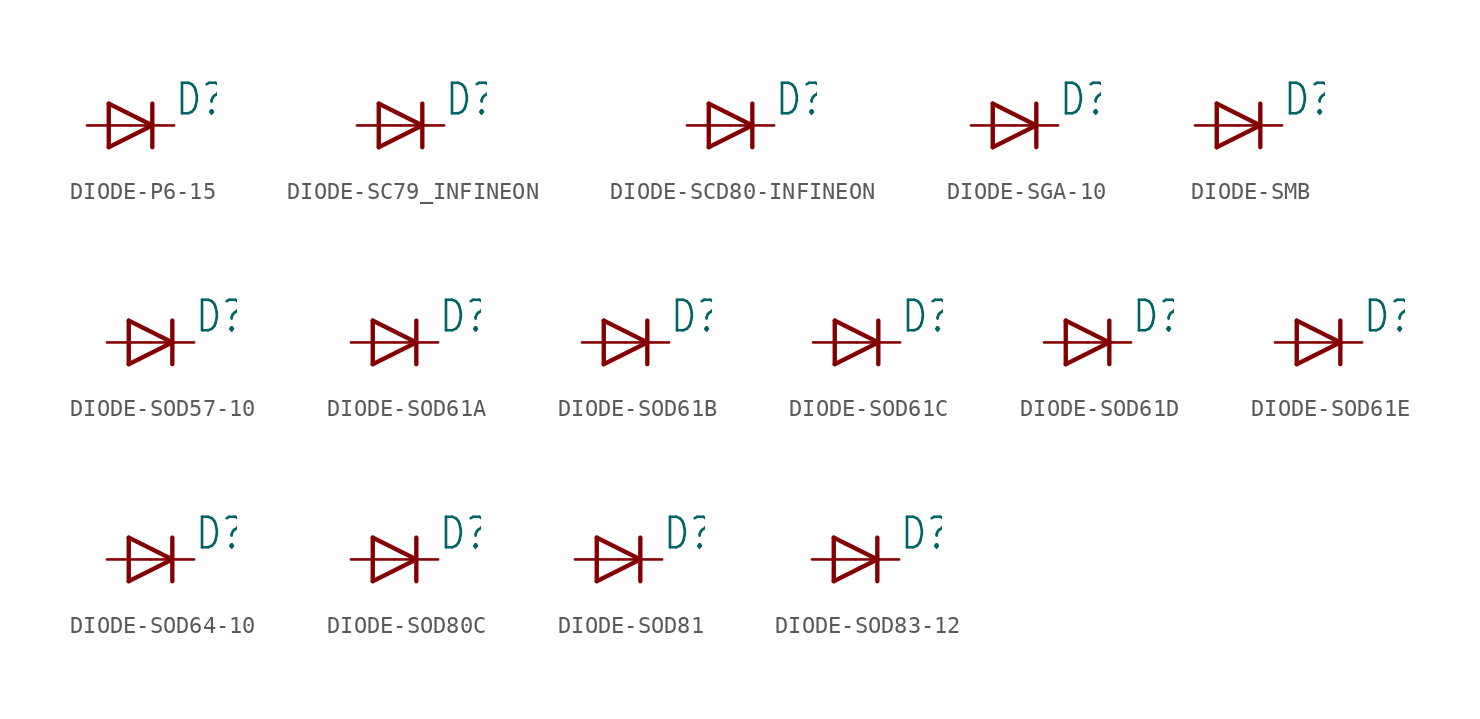
<source format=kicad_sym>
(kicad_symbol_lib
  (version 20220914)
  (generator kicad_symbol_editor)
  (symbol "DIODE-P6-15"
    (property "Reference" "D"
      (at 2.54 0.483 0)
      (effects (font (size 1.778 1.511)) (justify left bottom)))
    (property "Value" ""
      (at 2.54 -2.311 0)
      (effects (font (size 1.778 1.511)) (justify left bottom)))
    (property "ki_locked" ""
      (at 0 0 0)
      (effects (font (size 1.27 1.27))))
    (symbol "DIODE-P6-15_1_0"
      (polyline (pts (xy -1.27 -1.27) (xy 1.27 0)) (stroke (width 0.254) (type solid)) (fill (type none)))
      (polyline (pts (xy -1.27 1.27) (xy -1.27 -1.27)) (stroke (width 0.254) (type solid)) (fill (type none)))
      (polyline (pts (xy 1.27 0) (xy -1.27 1.27)) (stroke (width 0.254) (type solid)) (fill (type none)))
      (polyline (pts (xy 1.27 0) (xy 1.27 -1.27)) (stroke (width 0.254) (type solid)) (fill (type none)))
      (polyline (pts (xy 1.27 1.27) (xy 1.27 0)) (stroke (width 0.254) (type solid)) (fill (type none)))
      (pin passive line (at -2.54 0 0) (length 2.54) (name "A" (effects (font (size 0 0)))) (number "A" (effects (font (size 0 0)))))
      (pin passive line (at 2.54 0 180) (length 2.54) (name "C" (effects (font (size 0 0)))) (number "C" (effects (font (size 0 0)))))))
  (symbol "DIODE-SC79_INFINEON"
    (property "Reference" "D"
      (at 2.54 0.483 0)
      (effects (font (size 1.778 1.511)) (justify left bottom)))
    (property "Value" ""
      (at 2.54 -2.311 0)
      (effects (font (size 1.778 1.511)) (justify left bottom)))
    (property "ki_locked" ""
      (at 0 0 0)
      (effects (font (size 1.27 1.27))))
    (symbol "DIODE-SC79_INFINEON_1_0"
      (polyline (pts (xy -1.27 -1.27) (xy 1.27 0)) (stroke (width 0.254) (type solid)) (fill (type none)))
      (polyline (pts (xy -1.27 1.27) (xy -1.27 -1.27)) (stroke (width 0.254) (type solid)) (fill (type none)))
      (polyline (pts (xy 1.27 0) (xy -1.27 1.27)) (stroke (width 0.254) (type solid)) (fill (type none)))
      (polyline (pts (xy 1.27 0) (xy 1.27 -1.27)) (stroke (width 0.254) (type solid)) (fill (type none)))
      (polyline (pts (xy 1.27 1.27) (xy 1.27 0)) (stroke (width 0.254) (type solid)) (fill (type none)))
      (pin passive line (at -2.54 0 0) (length 2.54) (name "A" (effects (font (size 0 0)))) (number "A" (effects (font (size 0 0)))))
      (pin passive line (at 2.54 0 180) (length 2.54) (name "C" (effects (font (size 0 0)))) (number "C" (effects (font (size 0 0)))))))
  (symbol "DIODE-SCD80-INFINEON"
    (property "Reference" "D"
      (at 2.54 0.483 0)
      (effects (font (size 1.778 1.511)) (justify left bottom)))
    (property "Value" ""
      (at 2.54 -2.311 0)
      (effects (font (size 1.778 1.511)) (justify left bottom)))
    (property "ki_locked" ""
      (at 0 0 0)
      (effects (font (size 1.27 1.27))))
    (symbol "DIODE-SCD80-INFINEON_1_0"
      (polyline (pts (xy -1.27 -1.27) (xy 1.27 0)) (stroke (width 0.254) (type solid)) (fill (type none)))
      (polyline (pts (xy -1.27 1.27) (xy -1.27 -1.27)) (stroke (width 0.254) (type solid)) (fill (type none)))
      (polyline (pts (xy 1.27 0) (xy -1.27 1.27)) (stroke (width 0.254) (type solid)) (fill (type none)))
      (polyline (pts (xy 1.27 0) (xy 1.27 -1.27)) (stroke (width 0.254) (type solid)) (fill (type none)))
      (polyline (pts (xy 1.27 1.27) (xy 1.27 0)) (stroke (width 0.254) (type solid)) (fill (type none)))
      (pin passive line (at -2.54 0 0) (length 2.54) (name "A" (effects (font (size 0 0)))) (number "A" (effects (font (size 0 0)))))
      (pin passive line (at 2.54 0 180) (length 2.54) (name "C" (effects (font (size 0 0)))) (number "C" (effects (font (size 0 0)))))))
  (symbol "DIODE-SGA-10"
    (property "Reference" "D"
      (at 2.54 0.483 0)
      (effects (font (size 1.778 1.511)) (justify left bottom)))
    (property "Value" ""
      (at 2.54 -2.311 0)
      (effects (font (size 1.778 1.511)) (justify left bottom)))
    (property "ki_locked" ""
      (at 0 0 0)
      (effects (font (size 1.27 1.27))))
    (symbol "DIODE-SGA-10_1_0"
      (polyline (pts (xy -1.27 -1.27) (xy 1.27 0)) (stroke (width 0.254) (type solid)) (fill (type none)))
      (polyline (pts (xy -1.27 1.27) (xy -1.27 -1.27)) (stroke (width 0.254) (type solid)) (fill (type none)))
      (polyline (pts (xy 1.27 0) (xy -1.27 1.27)) (stroke (width 0.254) (type solid)) (fill (type none)))
      (polyline (pts (xy 1.27 0) (xy 1.27 -1.27)) (stroke (width 0.254) (type solid)) (fill (type none)))
      (polyline (pts (xy 1.27 1.27) (xy 1.27 0)) (stroke (width 0.254) (type solid)) (fill (type none)))
      (pin passive line (at -2.54 0 0) (length 2.54) (name "A" (effects (font (size 0 0)))) (number "A" (effects (font (size 0 0)))))
      (pin passive line (at 2.54 0 180) (length 2.54) (name "C" (effects (font (size 0 0)))) (number "C" (effects (font (size 0 0)))))))
  (symbol "DIODE-SMB"
    (property "Reference" "D"
      (at 2.54 0.483 0)
      (effects (font (size 1.778 1.511)) (justify left bottom)))
    (property "Value" ""
      (at 2.54 -2.311 0)
      (effects (font (size 1.778 1.511)) (justify left bottom)))
    (property "ki_locked" ""
      (at 0 0 0)
      (effects (font (size 1.27 1.27))))
    (symbol "DIODE-SMB_1_0"
      (polyline (pts (xy -1.27 -1.27) (xy 1.27 0)) (stroke (width 0.254) (type solid)) (fill (type none)))
      (polyline (pts (xy -1.27 1.27) (xy -1.27 -1.27)) (stroke (width 0.254) (type solid)) (fill (type none)))
      (polyline (pts (xy 1.27 0) (xy -1.27 1.27)) (stroke (width 0.254) (type solid)) (fill (type none)))
      (polyline (pts (xy 1.27 0) (xy 1.27 -1.27)) (stroke (width 0.254) (type solid)) (fill (type none)))
      (polyline (pts (xy 1.27 1.27) (xy 1.27 0)) (stroke (width 0.254) (type solid)) (fill (type none)))
      (pin passive line (at -2.54 0 0) (length 2.54) (name "A" (effects (font (size 0 0)))) (number "A" (effects (font (size 0 0)))))
      (pin passive line (at 2.54 0 180) (length 2.54) (name "C" (effects (font (size 0 0)))) (number "C" (effects (font (size 0 0)))))))
  (symbol "DIODE-SOD57-10"
    (property "Reference" "D"
      (at 2.54 0.483 0)
      (effects (font (size 1.778 1.511)) (justify left bottom)))
    (property "Value" ""
      (at 2.54 -2.311 0)
      (effects (font (size 1.778 1.511)) (justify left bottom)))
    (property "ki_locked" ""
      (at 0 0 0)
      (effects (font (size 1.27 1.27))))
    (symbol "DIODE-SOD57-10_1_0"
      (polyline (pts (xy -1.27 -1.27) (xy 1.27 0)) (stroke (width 0.254) (type solid)) (fill (type none)))
      (polyline (pts (xy -1.27 1.27) (xy -1.27 -1.27)) (stroke (width 0.254) (type solid)) (fill (type none)))
      (polyline (pts (xy 1.27 0) (xy -1.27 1.27)) (stroke (width 0.254) (type solid)) (fill (type none)))
      (polyline (pts (xy 1.27 0) (xy 1.27 -1.27)) (stroke (width 0.254) (type solid)) (fill (type none)))
      (polyline (pts (xy 1.27 1.27) (xy 1.27 0)) (stroke (width 0.254) (type solid)) (fill (type none)))
      (pin passive line (at -2.54 0 0) (length 2.54) (name "A" (effects (font (size 0 0)))) (number "A" (effects (font (size 0 0)))))
      (pin passive line (at 2.54 0 180) (length 2.54) (name "C" (effects (font (size 0 0)))) (number "C" (effects (font (size 0 0)))))))
  (symbol "DIODE-SOD61A"
    (property "Reference" "D"
      (at 2.54 0.483 0)
      (effects (font (size 1.778 1.511)) (justify left bottom)))
    (property "Value" ""
      (at 2.54 -2.311 0)
      (effects (font (size 1.778 1.511)) (justify left bottom)))
    (property "ki_locked" ""
      (at 0 0 0)
      (effects (font (size 1.27 1.27))))
    (symbol "DIODE-SOD61A_1_0"
      (polyline (pts (xy -1.27 -1.27) (xy 1.27 0)) (stroke (width 0.254) (type solid)) (fill (type none)))
      (polyline (pts (xy -1.27 1.27) (xy -1.27 -1.27)) (stroke (width 0.254) (type solid)) (fill (type none)))
      (polyline (pts (xy 1.27 0) (xy -1.27 1.27)) (stroke (width 0.254) (type solid)) (fill (type none)))
      (polyline (pts (xy 1.27 0) (xy 1.27 -1.27)) (stroke (width 0.254) (type solid)) (fill (type none)))
      (polyline (pts (xy 1.27 1.27) (xy 1.27 0)) (stroke (width 0.254) (type solid)) (fill (type none)))
      (pin passive line (at -2.54 0 0) (length 2.54) (name "A" (effects (font (size 0 0)))) (number "A" (effects (font (size 0 0)))))
      (pin passive line (at 2.54 0 180) (length 2.54) (name "C" (effects (font (size 0 0)))) (number "C" (effects (font (size 0 0)))))))
  (symbol "DIODE-SOD61B"
    (property "Reference" "D"
      (at 2.54 0.483 0)
      (effects (font (size 1.778 1.511)) (justify left bottom)))
    (property "Value" ""
      (at 2.54 -2.311 0)
      (effects (font (size 1.778 1.511)) (justify left bottom)))
    (property "ki_locked" ""
      (at 0 0 0)
      (effects (font (size 1.27 1.27))))
    (symbol "DIODE-SOD61B_1_0"
      (polyline (pts (xy -1.27 -1.27) (xy 1.27 0)) (stroke (width 0.254) (type solid)) (fill (type none)))
      (polyline (pts (xy -1.27 1.27) (xy -1.27 -1.27)) (stroke (width 0.254) (type solid)) (fill (type none)))
      (polyline (pts (xy 1.27 0) (xy -1.27 1.27)) (stroke (width 0.254) (type solid)) (fill (type none)))
      (polyline (pts (xy 1.27 0) (xy 1.27 -1.27)) (stroke (width 0.254) (type solid)) (fill (type none)))
      (polyline (pts (xy 1.27 1.27) (xy 1.27 0)) (stroke (width 0.254) (type solid)) (fill (type none)))
      (pin passive line (at -2.54 0 0) (length 2.54) (name "A" (effects (font (size 0 0)))) (number "A" (effects (font (size 0 0)))))
      (pin passive line (at 2.54 0 180) (length 2.54) (name "C" (effects (font (size 0 0)))) (number "C" (effects (font (size 0 0)))))))
  (symbol "DIODE-SOD61C"
    (property "Reference" "D"
      (at 2.54 0.483 0)
      (effects (font (size 1.778 1.511)) (justify left bottom)))
    (property "Value" ""
      (at 2.54 -2.311 0)
      (effects (font (size 1.778 1.511)) (justify left bottom)))
    (property "ki_locked" ""
      (at 0 0 0)
      (effects (font (size 1.27 1.27))))
    (symbol "DIODE-SOD61C_1_0"
      (polyline (pts (xy -1.27 -1.27) (xy 1.27 0)) (stroke (width 0.254) (type solid)) (fill (type none)))
      (polyline (pts (xy -1.27 1.27) (xy -1.27 -1.27)) (stroke (width 0.254) (type solid)) (fill (type none)))
      (polyline (pts (xy 1.27 0) (xy -1.27 1.27)) (stroke (width 0.254) (type solid)) (fill (type none)))
      (polyline (pts (xy 1.27 0) (xy 1.27 -1.27)) (stroke (width 0.254) (type solid)) (fill (type none)))
      (polyline (pts (xy 1.27 1.27) (xy 1.27 0)) (stroke (width 0.254) (type solid)) (fill (type none)))
      (pin passive line (at -2.54 0 0) (length 2.54) (name "A" (effects (font (size 0 0)))) (number "A" (effects (font (size 0 0)))))
      (pin passive line (at 2.54 0 180) (length 2.54) (name "C" (effects (font (size 0 0)))) (number "C" (effects (font (size 0 0)))))))
  (symbol "DIODE-SOD61D"
    (property "Reference" "D"
      (at 2.54 0.483 0)
      (effects (font (size 1.778 1.511)) (justify left bottom)))
    (property "Value" ""
      (at 2.54 -2.311 0)
      (effects (font (size 1.778 1.511)) (justify left bottom)))
    (property "ki_locked" ""
      (at 0 0 0)
      (effects (font (size 1.27 1.27))))
    (symbol "DIODE-SOD61D_1_0"
      (polyline (pts (xy -1.27 -1.27) (xy 1.27 0)) (stroke (width 0.254) (type solid)) (fill (type none)))
      (polyline (pts (xy -1.27 1.27) (xy -1.27 -1.27)) (stroke (width 0.254) (type solid)) (fill (type none)))
      (polyline (pts (xy 1.27 0) (xy -1.27 1.27)) (stroke (width 0.254) (type solid)) (fill (type none)))
      (polyline (pts (xy 1.27 0) (xy 1.27 -1.27)) (stroke (width 0.254) (type solid)) (fill (type none)))
      (polyline (pts (xy 1.27 1.27) (xy 1.27 0)) (stroke (width 0.254) (type solid)) (fill (type none)))
      (pin passive line (at -2.54 0 0) (length 2.54) (name "A" (effects (font (size 0 0)))) (number "A" (effects (font (size 0 0)))))
      (pin passive line (at 2.54 0 180) (length 2.54) (name "C" (effects (font (size 0 0)))) (number "C" (effects (font (size 0 0)))))))
  (symbol "DIODE-SOD61E"
    (property "Reference" "D"
      (at 2.54 0.483 0)
      (effects (font (size 1.778 1.511)) (justify left bottom)))
    (property "Value" ""
      (at 2.54 -2.311 0)
      (effects (font (size 1.778 1.511)) (justify left bottom)))
    (property "ki_locked" ""
      (at 0 0 0)
      (effects (font (size 1.27 1.27))))
    (symbol "DIODE-SOD61E_1_0"
      (polyline (pts (xy -1.27 -1.27) (xy 1.27 0)) (stroke (width 0.254) (type solid)) (fill (type none)))
      (polyline (pts (xy -1.27 1.27) (xy -1.27 -1.27)) (stroke (width 0.254) (type solid)) (fill (type none)))
      (polyline (pts (xy 1.27 0) (xy -1.27 1.27)) (stroke (width 0.254) (type solid)) (fill (type none)))
      (polyline (pts (xy 1.27 0) (xy 1.27 -1.27)) (stroke (width 0.254) (type solid)) (fill (type none)))
      (polyline (pts (xy 1.27 1.27) (xy 1.27 0)) (stroke (width 0.254) (type solid)) (fill (type none)))
      (pin passive line (at -2.54 0 0) (length 2.54) (name "A" (effects (font (size 0 0)))) (number "A" (effects (font (size 0 0)))))
      (pin passive line (at 2.54 0 180) (length 2.54) (name "C" (effects (font (size 0 0)))) (number "C" (effects (font (size 0 0)))))))
  (symbol "DIODE-SOD64-10"
    (property "Reference" "D"
      (at 2.54 0.483 0)
      (effects (font (size 1.778 1.511)) (justify left bottom)))
    (property "Value" ""
      (at 2.54 -2.311 0)
      (effects (font (size 1.778 1.511)) (justify left bottom)))
    (property "ki_locked" ""
      (at 0 0 0)
      (effects (font (size 1.27 1.27))))
    (symbol "DIODE-SOD64-10_1_0"
      (polyline (pts (xy -1.27 -1.27) (xy 1.27 0)) (stroke (width 0.254) (type solid)) (fill (type none)))
      (polyline (pts (xy -1.27 1.27) (xy -1.27 -1.27)) (stroke (width 0.254) (type solid)) (fill (type none)))
      (polyline (pts (xy 1.27 0) (xy -1.27 1.27)) (stroke (width 0.254) (type solid)) (fill (type none)))
      (polyline (pts (xy 1.27 0) (xy 1.27 -1.27)) (stroke (width 0.254) (type solid)) (fill (type none)))
      (polyline (pts (xy 1.27 1.27) (xy 1.27 0)) (stroke (width 0.254) (type solid)) (fill (type none)))
      (pin passive line (at -2.54 0 0) (length 2.54) (name "A" (effects (font (size 0 0)))) (number "A" (effects (font (size 0 0)))))
      (pin passive line (at 2.54 0 180) (length 2.54) (name "C" (effects (font (size 0 0)))) (number "C" (effects (font (size 0 0)))))))
  (symbol "DIODE-SOD80C"
    (property "Reference" "D"
      (at 2.54 0.483 0)
      (effects (font (size 1.778 1.511)) (justify left bottom)))
    (property "Value" ""
      (at 2.54 -2.311 0)
      (effects (font (size 1.778 1.511)) (justify left bottom)))
    (property "ki_locked" ""
      (at 0 0 0)
      (effects (font (size 1.27 1.27))))
    (symbol "DIODE-SOD80C_1_0"
      (polyline (pts (xy -1.27 -1.27) (xy 1.27 0)) (stroke (width 0.254) (type solid)) (fill (type none)))
      (polyline (pts (xy -1.27 1.27) (xy -1.27 -1.27)) (stroke (width 0.254) (type solid)) (fill (type none)))
      (polyline (pts (xy 1.27 0) (xy -1.27 1.27)) (stroke (width 0.254) (type solid)) (fill (type none)))
      (polyline (pts (xy 1.27 0) (xy 1.27 -1.27)) (stroke (width 0.254) (type solid)) (fill (type none)))
      (polyline (pts (xy 1.27 1.27) (xy 1.27 0)) (stroke (width 0.254) (type solid)) (fill (type none)))
      (pin passive line (at -2.54 0 0) (length 2.54) (name "A" (effects (font (size 0 0)))) (number "A" (effects (font (size 0 0)))))
      (pin passive line (at 2.54 0 180) (length 2.54) (name "C" (effects (font (size 0 0)))) (number "C" (effects (font (size 0 0)))))))
  (symbol "DIODE-SOD81"
    (property "Reference" "D"
      (at 2.54 0.483 0)
      (effects (font (size 1.778 1.511)) (justify left bottom)))
    (property "Value" ""
      (at 2.54 -2.311 0)
      (effects (font (size 1.778 1.511)) (justify left bottom)))
    (property "ki_locked" ""
      (at 0 0 0)
      (effects (font (size 1.27 1.27))))
    (symbol "DIODE-SOD81_1_0"
      (polyline (pts (xy -1.27 -1.27) (xy 1.27 0)) (stroke (width 0.254) (type solid)) (fill (type none)))
      (polyline (pts (xy -1.27 1.27) (xy -1.27 -1.27)) (stroke (width 0.254) (type solid)) (fill (type none)))
      (polyline (pts (xy 1.27 0) (xy -1.27 1.27)) (stroke (width 0.254) (type solid)) (fill (type none)))
      (polyline (pts (xy 1.27 0) (xy 1.27 -1.27)) (stroke (width 0.254) (type solid)) (fill (type none)))
      (polyline (pts (xy 1.27 1.27) (xy 1.27 0)) (stroke (width 0.254) (type solid)) (fill (type none)))
      (pin passive line (at -2.54 0 0) (length 2.54) (name "A" (effects (font (size 0 0)))) (number "A" (effects (font (size 0 0)))))
      (pin passive line (at 2.54 0 180) (length 2.54) (name "C" (effects (font (size 0 0)))) (number "C" (effects (font (size 0 0)))))))
  (symbol "DIODE-SOD83-12"
    (property "Reference" "D"
      (at 2.54 0.483 0)
      (effects (font (size 1.778 1.511)) (justify left bottom)))
    (property "Value" ""
      (at 2.54 -2.311 0)
      (effects (font (size 1.778 1.511)) (justify left bottom)))
    (property "ki_locked" ""
      (at 0 0 0)
      (effects (font (size 1.27 1.27))))
    (symbol "DIODE-SOD83-12_1_0"
      (polyline (pts (xy -1.27 -1.27) (xy 1.27 0)) (stroke (width 0.254) (type solid)) (fill (type none)))
      (polyline (pts (xy -1.27 1.27) (xy -1.27 -1.27)) (stroke (width 0.254) (type solid)) (fill (type none)))
      (polyline (pts (xy 1.27 0) (xy -1.27 1.27)) (stroke (width 0.254) (type solid)) (fill (type none)))
      (polyline (pts (xy 1.27 0) (xy 1.27 -1.27)) (stroke (width 0.254) (type solid)) (fill (type none)))
      (polyline (pts (xy 1.27 1.27) (xy 1.27 0)) (stroke (width 0.254) (type solid)) (fill (type none)))
      (pin passive line (at -2.54 0 0) (length 2.54) (name "A" (effects (font (size 0 0)))) (number "A" (effects (font (size 0 0)))))
      (pin passive line (at 2.54 0 180) (length 2.54) (name "C" (effects (font (size 0 0)))) (number "C" (effects (font (size 0 0))))))))
</source>
